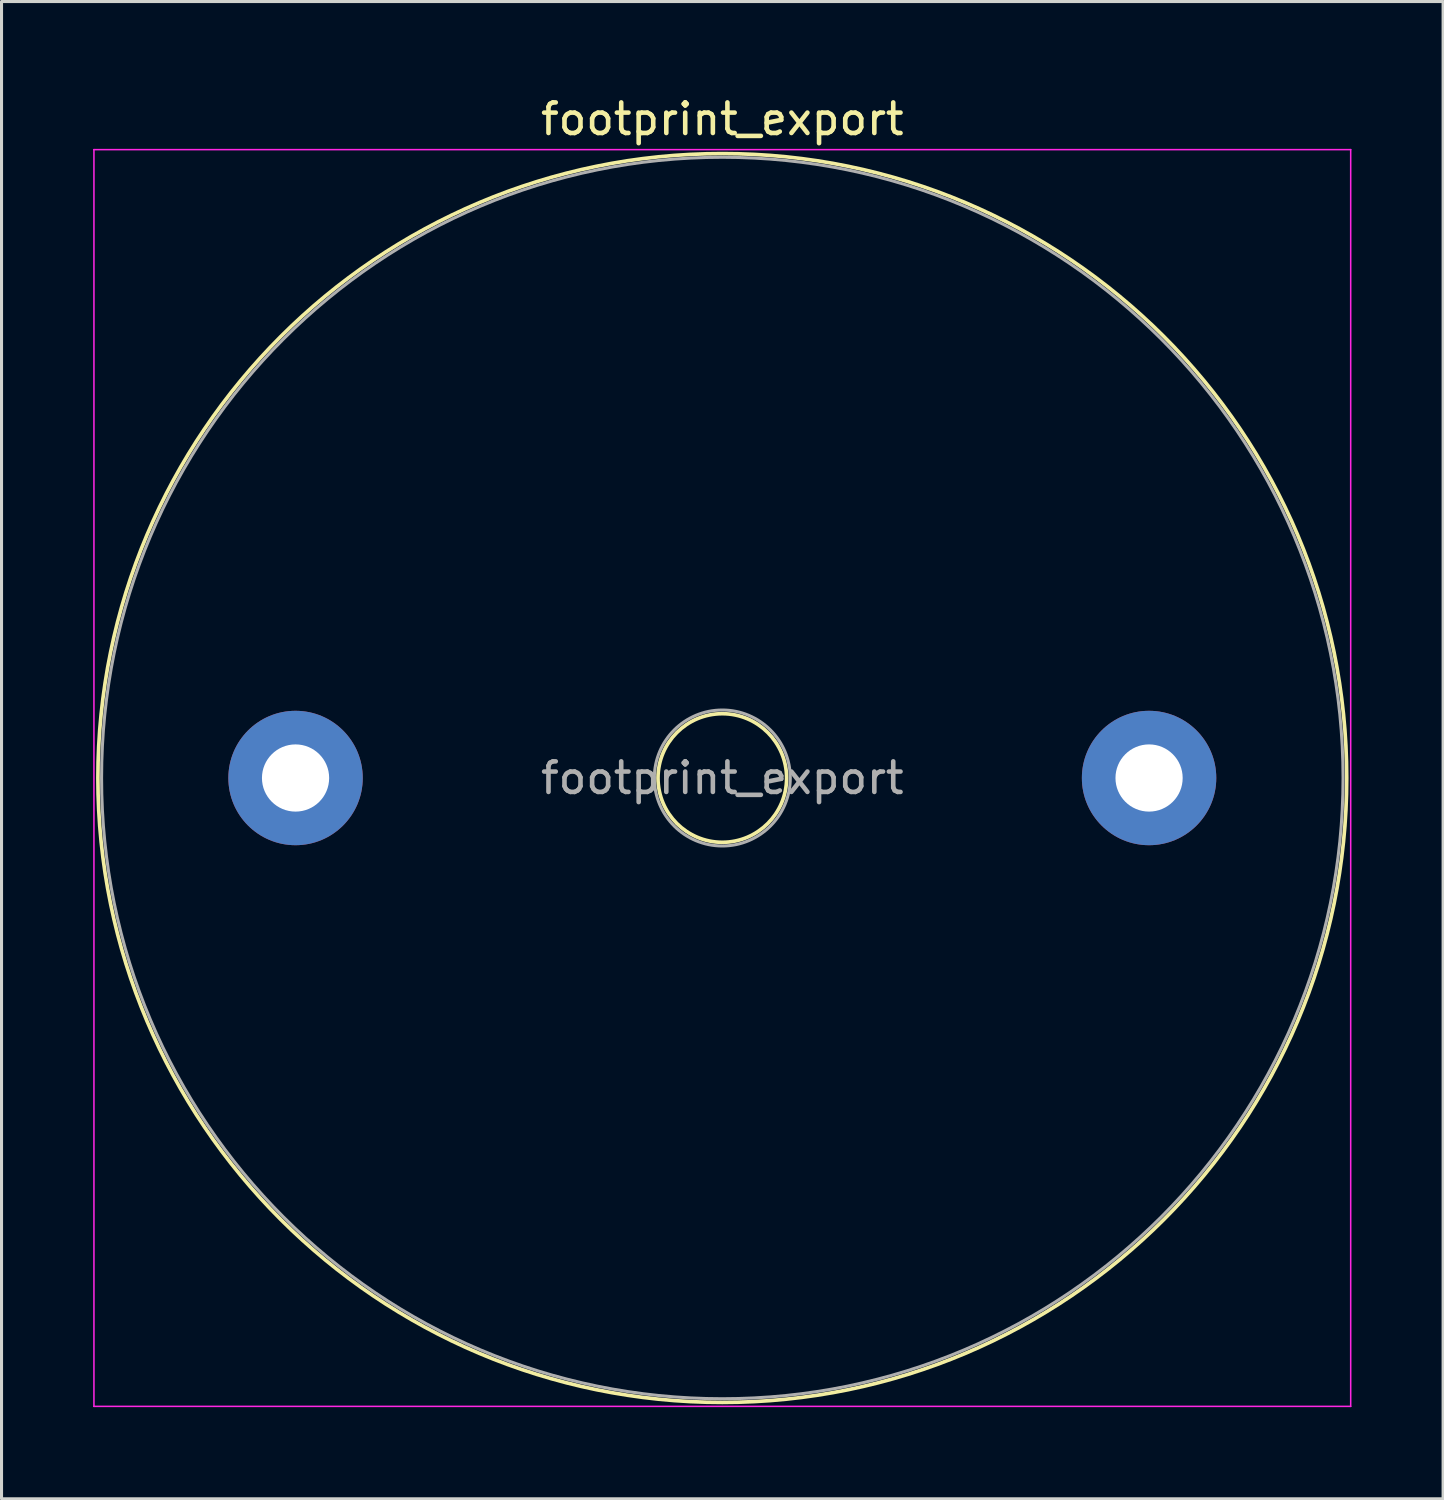
<source format=kicad_pcb>
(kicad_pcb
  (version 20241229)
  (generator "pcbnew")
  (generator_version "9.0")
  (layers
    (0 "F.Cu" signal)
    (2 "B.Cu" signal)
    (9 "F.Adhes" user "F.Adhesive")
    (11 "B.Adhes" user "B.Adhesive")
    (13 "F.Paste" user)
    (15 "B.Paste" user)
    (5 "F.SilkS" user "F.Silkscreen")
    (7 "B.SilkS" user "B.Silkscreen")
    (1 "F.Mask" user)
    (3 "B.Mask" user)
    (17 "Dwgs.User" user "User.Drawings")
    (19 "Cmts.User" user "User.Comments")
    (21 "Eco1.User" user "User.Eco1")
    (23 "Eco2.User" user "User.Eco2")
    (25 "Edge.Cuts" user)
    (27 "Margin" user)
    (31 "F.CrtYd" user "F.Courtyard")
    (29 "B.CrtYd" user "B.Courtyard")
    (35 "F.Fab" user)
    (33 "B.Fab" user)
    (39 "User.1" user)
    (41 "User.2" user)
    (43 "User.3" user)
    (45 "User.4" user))
  (footprint "footprint_export"
    (layer "F.Cu")
    (at 6.625 22.418)
    (property "Reference" "footprint_export" (at 13.97 -21.57 0) (layer "F.SilkS") (effects (font (size 1 1) (thickness 0.15))))
    (attr through_hole)
    (fp_circle (center 13.97 0) (end 16.075 0) (stroke (width 0.12) (type solid)) (fill no) (layer "F.SilkS"))
    (fp_circle (center 13.97 0) (end 34.41 0) (stroke (width 0.12) (type solid)) (fill no) (layer "F.SilkS"))
    (fp_line (start -6.6 -20.57) (end -6.6 20.57) (stroke (width 0.05) (type solid)) (layer "F.CrtYd"))
    (fp_line (start -6.6 20.57) (end 34.54 20.57) (stroke (width 0.05) (type solid)) (layer "F.CrtYd"))
    (fp_line (start 34.54 -20.57) (end -6.6 -20.57) (stroke (width 0.05) (type solid)) (layer "F.CrtYd"))
    (fp_line (start 34.54 20.57) (end 34.54 -20.57) (stroke (width 0.05) (type solid)) (layer "F.CrtYd"))
    (fp_circle (center 13.97 0) (end 16.195 0) (stroke (width 0.1) (type solid)) (fill no) (layer "F.Fab"))
    (fp_circle (center 13.97 0) (end 34.29 0) (stroke (width 0.1) (type solid)) (fill no) (layer "F.Fab"))
    (fp_text user "${REFERENCE}" (at 13.97 0 0) (layer "F.Fab") (effects (font (size 1 1) (thickness 0.15))))
    (pad "1" thru_hole circle (at 0 0) (size 4.4 4.4) (drill 2.2) (layers "*.Cu" "*.Mask"))
    (pad "2" thru_hole circle (at 27.94 0) (size 4.4 4.4) (drill 2.2) (layers "*.Cu" "*.Mask")))
  (gr_rect
    (start -3 -3)
    (end 44.19 46.013)
    (stroke (width 0.1) (type default))
    (fill no)
    (layer "Edge.Cuts")))
</source>
